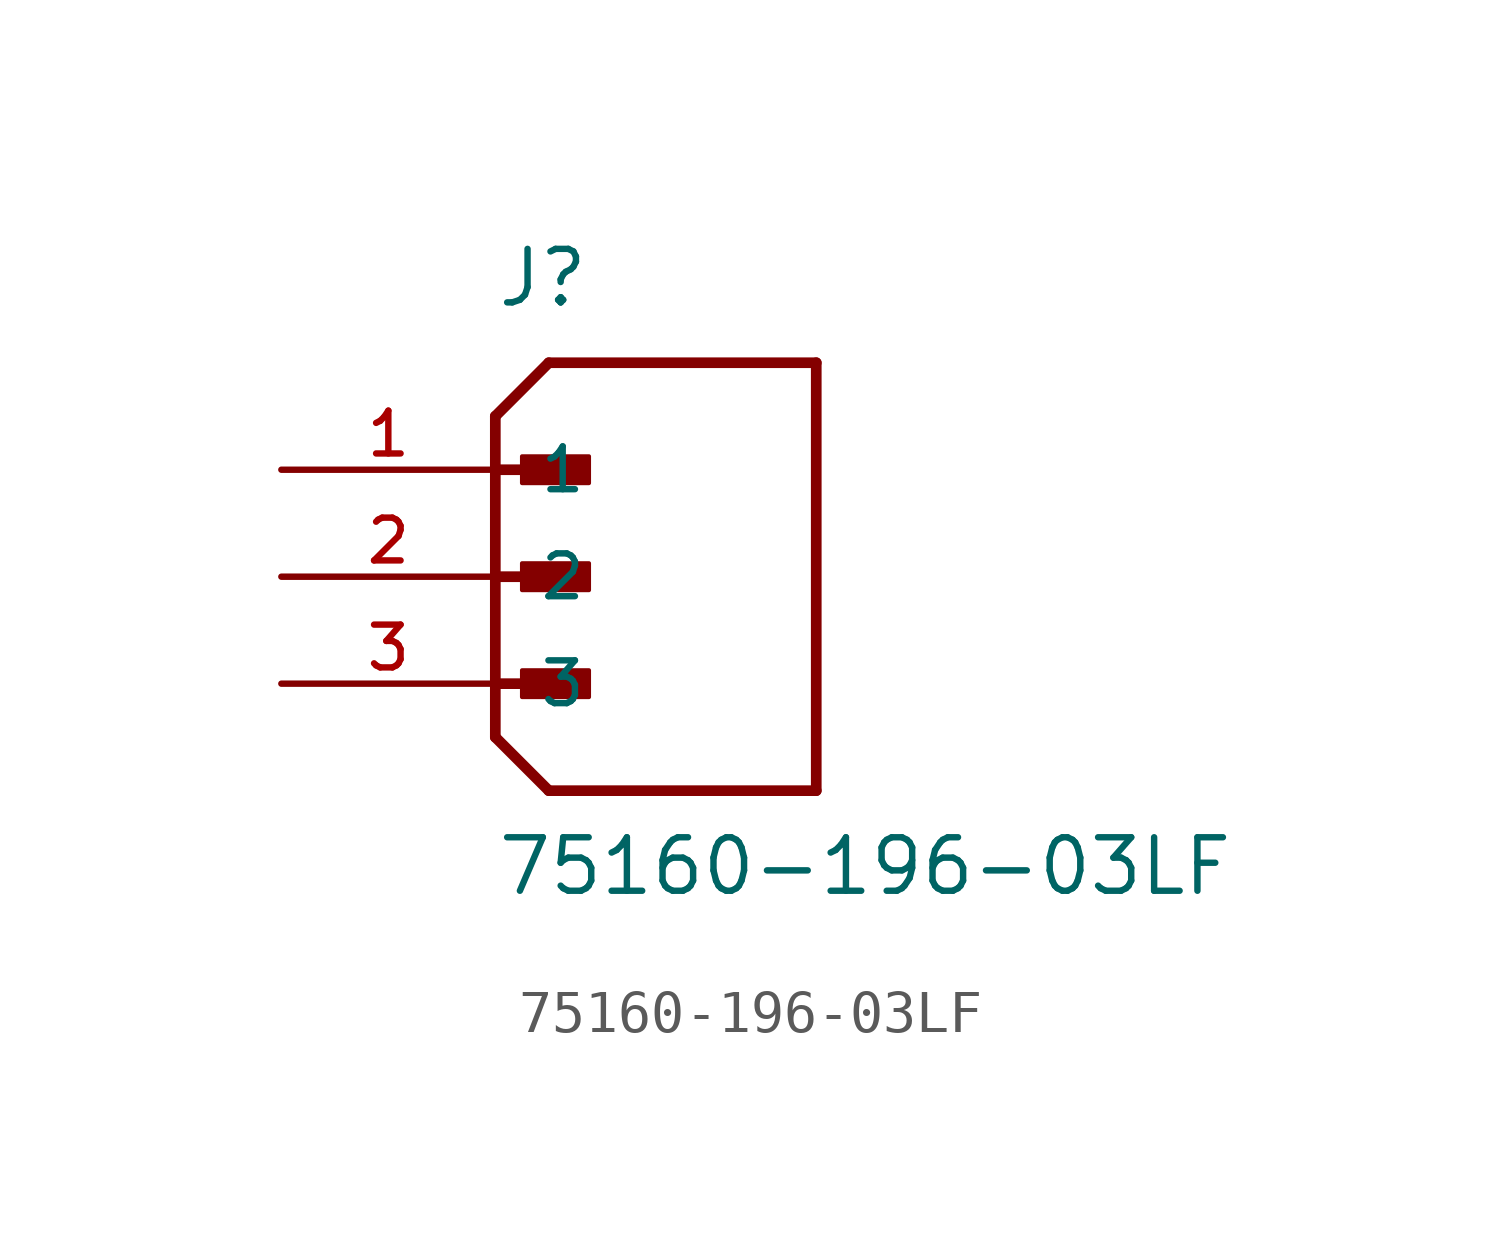
<source format=kicad_sym>
(kicad_symbol_lib
  (version 20211014)
  (generator kicad_symbol_editor)
  (symbol "75160-196-03LF"
    (pin_names
      (offset 1.016))
    (property "Reference" "J"
      (at 0.0 6.35 0)
      (effects (font (size 1.27 1.27)) (justify bottom left)))
    (property "Value" "75160-196-03LF"
      (at 0.0 -7.62 0)
      (effects (font (size 1.27 1.27)) (justify bottom left)))
    (symbol "75160-196-03LF_0_0"
      (polyline (pts (xy 0.0 3.81) (xy 1.27 5.08)) (stroke (width 0.254)))
      (polyline (pts (xy 0.0 3.81) (xy 0.0 2.54)) (stroke (width 0.254)))
      (polyline (pts (xy 0.0 2.54) (xy 0.0 -3.81)) (stroke (width 0.254)))
      (polyline (pts (xy 0.0 -3.81) (xy 1.27 -5.08)) (stroke (width 0.254)))
      (polyline (pts (xy 1.27 -5.08) (xy 7.62 -5.08)) (stroke (width 0.254)))
      (polyline (pts (xy 7.62 -5.08) (xy 7.62 5.08)) (stroke (width 0.254)))
      (polyline (pts (xy 7.62 5.08) (xy 1.27 5.08)) (stroke (width 0.254)))
      (polyline (pts (xy 0.0 2.54) (xy 1.905 2.54)) (stroke (width 0.254)))
      (rectangle (start 0.635 2.223) (end 2.223 2.857) (stroke (width 0.1)) (fill (type outline)))
      (polyline (pts (xy 0.0 0.0) (xy 1.905 0.0)) (stroke (width 0.254)))
      (rectangle (start 0.635 -0.318) (end 2.223 0.318) (stroke (width 0.1)) (fill (type outline)))
      (polyline (pts (xy 0.0 -2.54) (xy 1.905 -2.54)) (stroke (width 0.254)))
      (rectangle (start 0.635 -2.857) (end 2.223 -2.223) (stroke (width 0.1)) (fill (type outline)))
      (pin passive line (at -5.08 2.54 0) (length 5.08) (name "1" (effects (font (size 1.016 1.016)))) (number "1" (effects (font (size 1.016 1.016)))))
      (pin passive line (at -5.08 0.0 0) (length 5.08) (name "2" (effects (font (size 1.016 1.016)))) (number "2" (effects (font (size 1.016 1.016)))))
      (pin passive line (at -5.08 -2.54 0) (length 5.08) (name "3" (effects (font (size 1.016 1.016)))) (number "3" (effects (font (size 1.016 1.016))))))))
</source>
